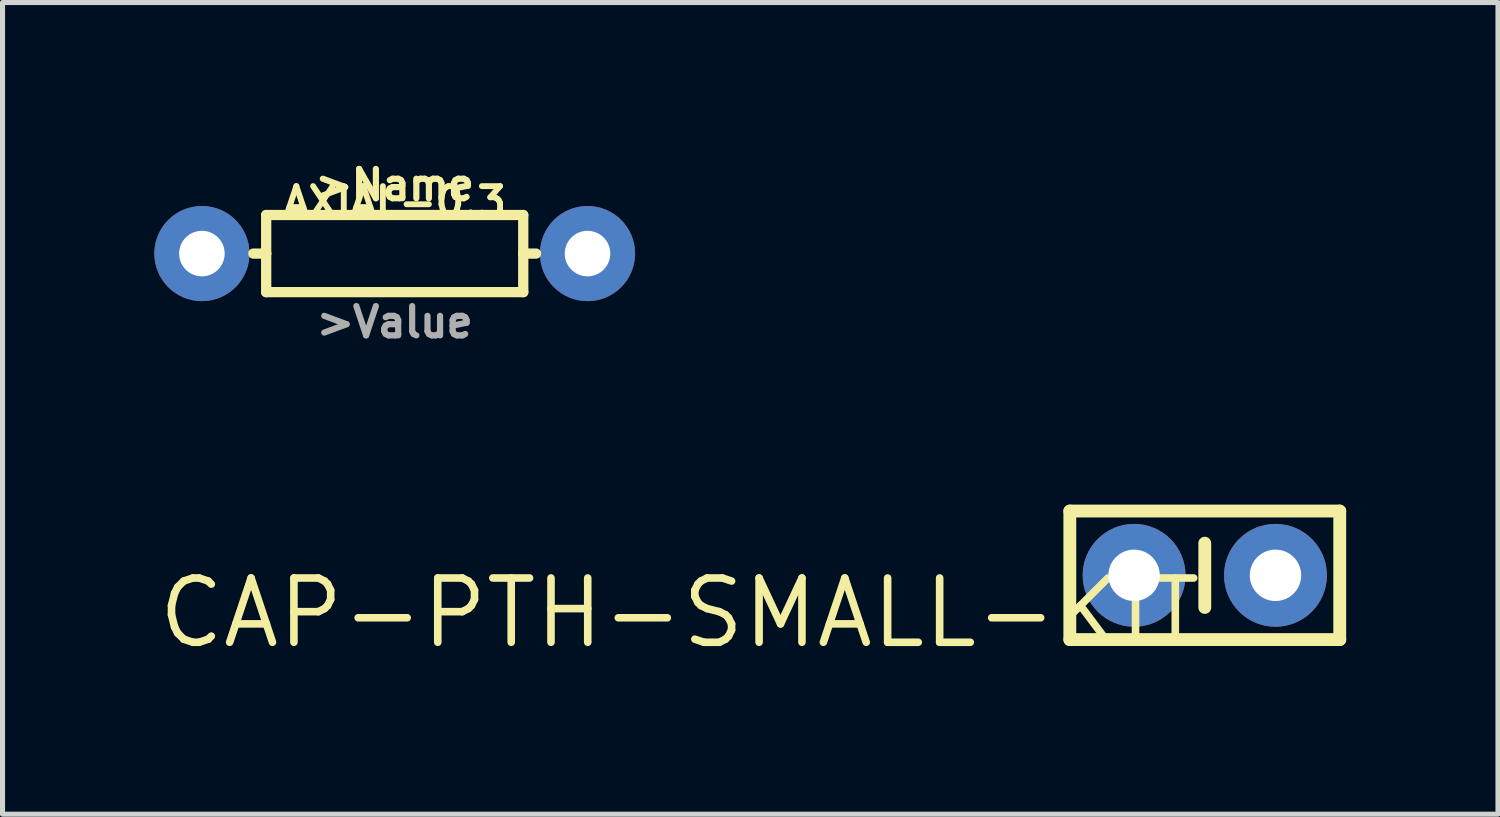
<source format=kicad_pcb>
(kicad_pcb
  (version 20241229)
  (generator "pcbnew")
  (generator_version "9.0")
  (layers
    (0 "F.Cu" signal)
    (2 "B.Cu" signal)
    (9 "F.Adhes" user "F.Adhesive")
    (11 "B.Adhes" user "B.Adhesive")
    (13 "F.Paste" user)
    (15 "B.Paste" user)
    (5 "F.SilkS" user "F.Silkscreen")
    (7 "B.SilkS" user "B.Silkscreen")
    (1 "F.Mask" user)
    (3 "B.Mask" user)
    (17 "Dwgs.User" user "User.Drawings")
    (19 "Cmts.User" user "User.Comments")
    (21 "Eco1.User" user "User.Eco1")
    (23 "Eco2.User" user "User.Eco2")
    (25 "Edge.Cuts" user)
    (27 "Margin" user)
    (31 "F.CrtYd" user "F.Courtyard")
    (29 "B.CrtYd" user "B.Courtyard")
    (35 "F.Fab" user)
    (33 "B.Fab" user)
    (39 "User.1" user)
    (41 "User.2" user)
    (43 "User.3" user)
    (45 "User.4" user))
  (footprint "AXIAL-0.3"
    (layer "F.Cu")
    (at 4.75 1.961)
    (property "Reference" "AXIAL-0.3" (at 0 -1.016 180) (layer "F.SilkS") (effects (font (size 0.579 0.579) (thickness 0.116))))
    (attr through_hole)
    (fp_line (start -2.54 -0.762) (end 2.54 -0.762) (stroke (width 0.203) (type solid)) (layer "F.SilkS"))
    (fp_line (start -2.54 0) (end -2.794 0) (stroke (width 0.203) (type solid)) (layer "F.SilkS"))
    (fp_line (start -2.54 0) (end -2.54 -0.762) (stroke (width 0.203) (type solid)) (layer "F.SilkS"))
    (fp_line (start -2.54 0.762) (end -2.54 0) (stroke (width 0.203) (type solid)) (layer "F.SilkS"))
    (fp_line (start 2.54 -0.762) (end 2.54 0) (stroke (width 0.203) (type solid)) (layer "F.SilkS"))
    (fp_line (start 2.54 0) (end 2.54 0.762) (stroke (width 0.203) (type solid)) (layer "F.SilkS"))
    (fp_line (start 2.54 0) (end 2.794 0) (stroke (width 0.203) (type solid)) (layer "F.SilkS"))
    (fp_line (start 2.54 0.762) (end -2.54 0.762) (stroke (width 0.203) (type solid)) (layer "F.SilkS"))
    (fp_text user ">Name" (at 0 -1.016 0) (layer "F.SilkS") (effects (font (size 0.579 0.579) (thickness 0.122)) (justify bottom)))
    (fp_text user ">Value" (at 0 1.016 0) (layer "F.Fab") (effects (font (size 0.579 0.579) (thickness 0.122)) (justify top)))
    (pad "P$1" thru_hole circle (at -3.81 0) (size 1.88 1.88) (drill 0.9) (layers "*.Cu" "*.Mask"))
    (pad "P$2" thru_hole circle (at 3.81 0) (size 1.88 1.88) (drill 0.9) (layers "*.Cu" "*.Mask")))
  (footprint "CAP-PTH-SMALL-KIT"
    (layer "F.Cu")
    (at 20.758 8.319)
    (property "Reference" "CAP-PTH-SMALL-KIT" (at 0 0 0) (layer "F.SilkS") (effects (font (size 1.27 1.27) (thickness 0.15)) (justify right top)))
    (attr through_hole)
    (fp_poly (pts (xy -1.405 0.44) (xy -1.405 0.44) (xy -1.572 0.41) (xy -1.715 0.319) (xy -1.812 0.181) (xy -1.849 0.015) (xy -1.819 -0.16) (xy -1.724 -0.31) (xy -1.405 -0.452) (xy -1.405 -0.452) (xy -1.233 -0.415) (xy -1.089 -0.315) (xy -0.963 0.005) (xy -0.997 0.172) (xy -1.094 0.314)) (stroke (width 0) (type solid)) (fill yes) (layer "F.Mask"))
    (fp_poly (pts (xy 1.395 0.44) (xy 1.395 0.44) (xy 1.228 0.41) (xy 1.084 0.319) (xy 0.987 0.181) (xy 0.95 0.015) (xy 0.98 -0.16) (xy 1.075 -0.31) (xy 1.395 -0.452) (xy 1.394 -0.452) (xy 1.566 -0.415) (xy 1.71 -0.315) (xy 1.836 0.005) (xy 1.836 0.005) (xy 1.802 0.172) (xy 1.705 0.314)) (stroke (width 0) (type solid)) (fill yes) (layer "F.Mask"))
    (fp_poly (pts (xy 1.397 0.948) (xy 1.397 0.948) (xy 1.187 0.927) (xy 0.987 0.86) (xy 0.807 0.75) (xy 0.656 0.603) (xy 0.541 0.425) (xy 0.442 0.018) (xy 0.464 -0.197) (xy 0.533 -0.402) (xy 0.645 -0.586) (xy 0.796 -0.74) (xy 0.977 -0.857) (xy 1.18 -0.931) (xy 1.395 -0.958) (xy 1.609 -0.93) (xy 1.811 -0.856) (xy 1.992 -0.739) (xy 2.143 -0.584) (xy 2.255 -0.399) (xy 2.323 -0.194) (xy 2.345 0.02) (xy 2.345 0.02) (xy 2.319 0.229) (xy 2.247 0.426) (xy 2.134 0.603) (xy 1.984 0.749) (xy 1.805 0.859)) (stroke (width 0) (type solid)) (fill yes) (layer "B.Mask"))
    (fp_poly (pts (xy -1.402 0.948) (xy -1.402 0.948) (xy -1.612 0.927) (xy -1.812 0.86) (xy -1.992 0.75) (xy -2.144 0.603) (xy -2.258 0.425) (xy -2.357 0.018) (xy -2.357 0.018) (xy -2.335 -0.197) (xy -2.267 -0.402) (xy -2.154 -0.586) (xy -2.003 -0.74) (xy -1.822 -0.857) (xy -1.619 -0.931) (xy -1.405 -0.958) (xy -1.19 -0.93) (xy -0.988 -0.856) (xy -0.807 -0.739) (xy -0.656 -0.584) (xy -0.544 -0.399) (xy -0.476 -0.194) (xy -0.455 0.02) (xy -0.455 0.02) (xy -0.48 0.229) (xy -0.552 0.426) (xy -0.665 0.603) (xy -0.815 0.749) (xy -0.994 0.859)) (stroke (width 0) (type solid)) (fill yes) (layer "B.Mask"))
    (fp_line (start -2.667 -1.27) (end 2.667 -1.27) (stroke (width 0.254) (type solid)) (layer "F.SilkS"))
    (fp_line (start -2.667 1.27) (end -2.667 -1.27) (stroke (width 0.254) (type solid)) (layer "F.SilkS"))
    (fp_line (start 0 -0.635) (end 0 0.635) (stroke (width 0.254) (type solid)) (layer "F.SilkS"))
    (fp_line (start 2.667 -1.27) (end 2.667 1.27) (stroke (width 0.254) (type solid)) (layer "F.SilkS"))
    (fp_line (start 2.667 1.27) (end -2.667 1.27) (stroke (width 0.254) (type solid)) (layer "F.SilkS"))
    (pad "1" thru_hole circle (at -1.397 0) (size 2.032 2.032) (drill 1.016) (layers "*.Cu" "*.Mask"))
    (pad "2" thru_hole circle (at 1.397 0) (size 2.032 2.032) (drill 1.016) (layers "*.Cu" "*.Mask")))
  (gr_rect
    (start -3 -3)
    (end 26.552 13.039)
    (stroke (width 0.1) (type default))
    (fill no)
    (layer "Edge.Cuts")))
</source>
